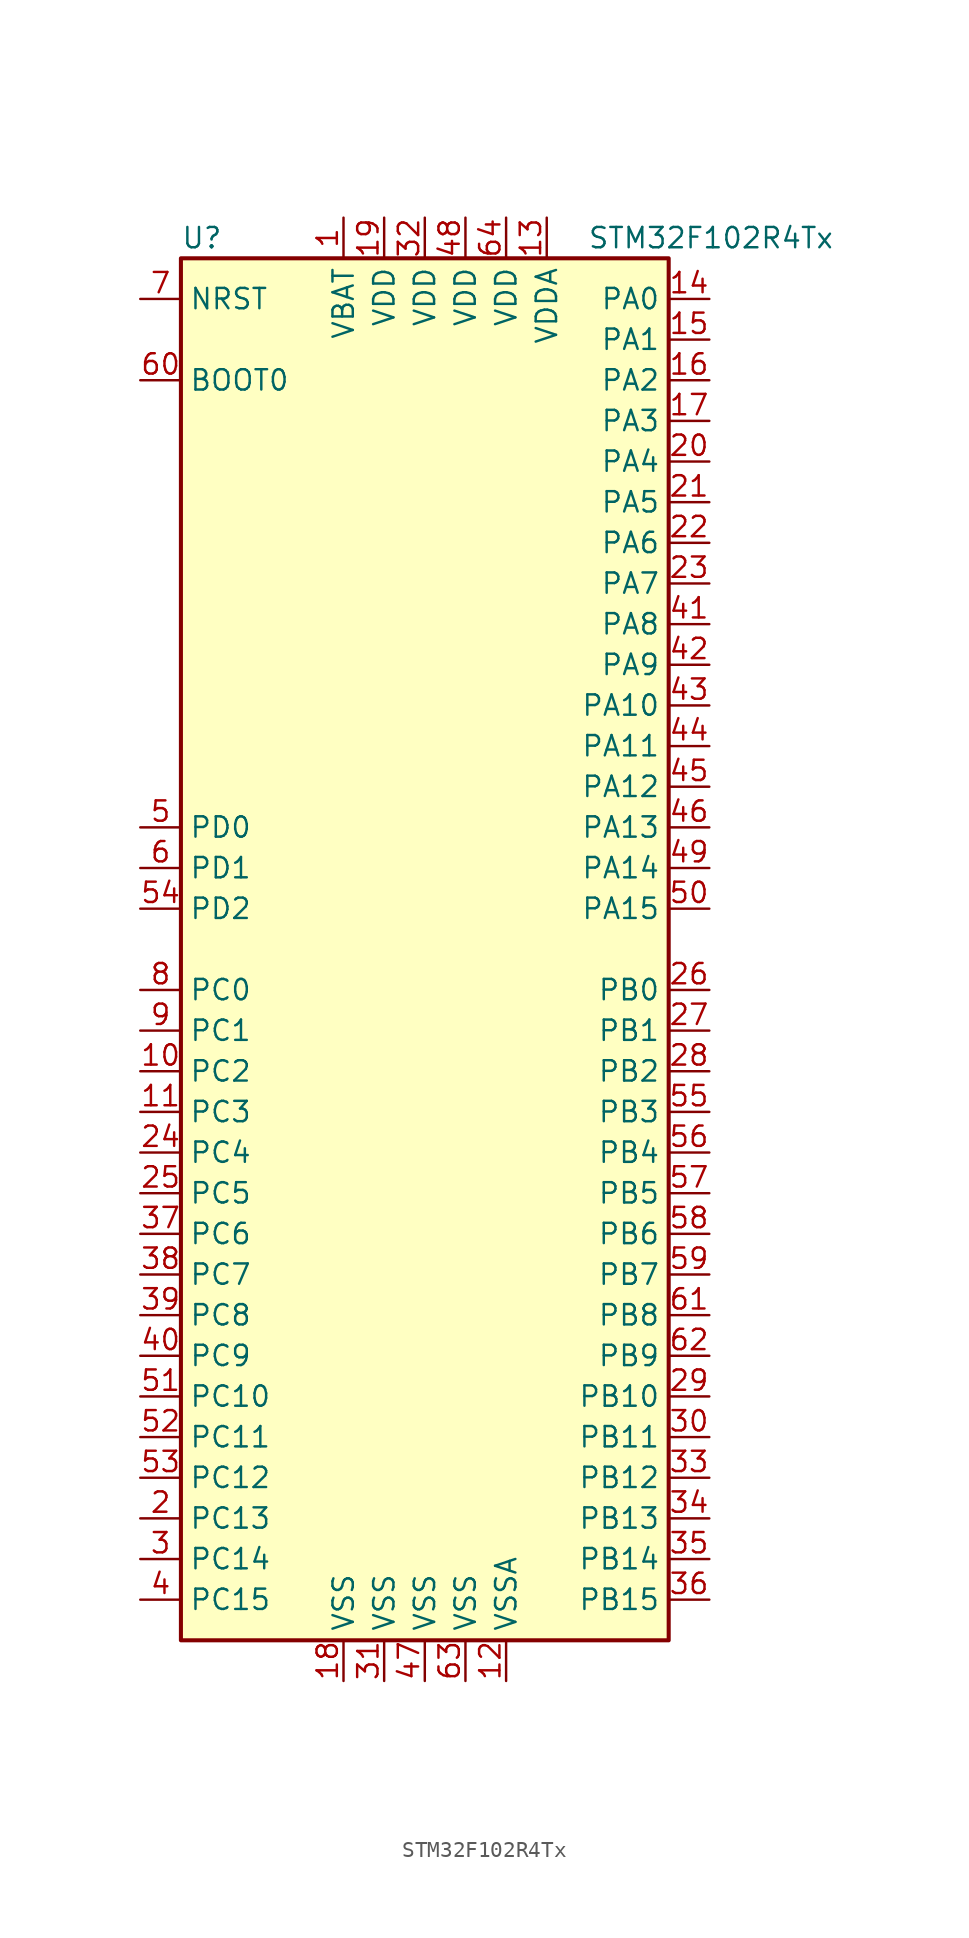
<source format=kicad_sym>
(kicad_symbol_lib
  (version 20201005)
  (generator kicad_symbol_editor)
  (symbol "STM32F102R4Tx"
    (property "Reference" "U"
      (at -15.24 44.45 0)
      (effects (font (size 1.27 1.27)) (justify left)))
    (property "Value" "STM32F102R4Tx"
      (at 10.16 44.45 0)
      (effects (font (size 1.27 1.27)) (justify left)))
    (symbol "STM32F102R4Tx_0_1"
      (rectangle (start -15.24 -43.18) (end 15.24 43.18) (stroke (width 0.254)) (fill (type background))))
    (symbol "STM32F102R4Tx_1_1"
      (pin input line (at -17.78 35.56 0) (length 2.54) (name "BOOT0" (effects (font (size 1.27 1.27)))) (number "60" (effects (font (size 1.27 1.27)))))
      (pin input line (at -17.78 40.64 0) (length 2.54) (name "NRST" (effects (font (size 1.27 1.27)))) (number "7" (effects (font (size 1.27 1.27)))))
      (pin bidirectional line (at 17.78 40.64 180) (length 2.54) (name "PA0" (effects (font (size 1.27 1.27)))) (number "14" (effects (font (size 1.27 1.27)))))
      (pin bidirectional line (at 17.78 38.1 180) (length 2.54) (name "PA1" (effects (font (size 1.27 1.27)))) (number "15" (effects (font (size 1.27 1.27)))))
      (pin bidirectional line (at 17.78 15.24 180) (length 2.54) (name "PA10" (effects (font (size 1.27 1.27)))) (number "43" (effects (font (size 1.27 1.27)))))
      (pin bidirectional line (at 17.78 12.7 180) (length 2.54) (name "PA11" (effects (font (size 1.27 1.27)))) (number "44" (effects (font (size 1.27 1.27)))))
      (pin bidirectional line (at 17.78 10.16 180) (length 2.54) (name "PA12" (effects (font (size 1.27 1.27)))) (number "45" (effects (font (size 1.27 1.27)))))
      (pin bidirectional line (at 17.78 7.62 180) (length 2.54) (name "PA13" (effects (font (size 1.27 1.27)))) (number "46" (effects (font (size 1.27 1.27)))))
      (pin bidirectional line (at 17.78 5.08 180) (length 2.54) (name "PA14" (effects (font (size 1.27 1.27)))) (number "49" (effects (font (size 1.27 1.27)))))
      (pin bidirectional line (at 17.78 2.54 180) (length 2.54) (name "PA15" (effects (font (size 1.27 1.27)))) (number "50" (effects (font (size 1.27 1.27)))))
      (pin bidirectional line (at 17.78 35.56 180) (length 2.54) (name "PA2" (effects (font (size 1.27 1.27)))) (number "16" (effects (font (size 1.27 1.27)))))
      (pin bidirectional line (at 17.78 33.02 180) (length 2.54) (name "PA3" (effects (font (size 1.27 1.27)))) (number "17" (effects (font (size 1.27 1.27)))))
      (pin bidirectional line (at 17.78 30.48 180) (length 2.54) (name "PA4" (effects (font (size 1.27 1.27)))) (number "20" (effects (font (size 1.27 1.27)))))
      (pin bidirectional line (at 17.78 27.94 180) (length 2.54) (name "PA5" (effects (font (size 1.27 1.27)))) (number "21" (effects (font (size 1.27 1.27)))))
      (pin bidirectional line (at 17.78 25.4 180) (length 2.54) (name "PA6" (effects (font (size 1.27 1.27)))) (number "22" (effects (font (size 1.27 1.27)))))
      (pin bidirectional line (at 17.78 22.86 180) (length 2.54) (name "PA7" (effects (font (size 1.27 1.27)))) (number "23" (effects (font (size 1.27 1.27)))))
      (pin bidirectional line (at 17.78 20.32 180) (length 2.54) (name "PA8" (effects (font (size 1.27 1.27)))) (number "41" (effects (font (size 1.27 1.27)))))
      (pin bidirectional line (at 17.78 17.78 180) (length 2.54) (name "PA9" (effects (font (size 1.27 1.27)))) (number "42" (effects (font (size 1.27 1.27)))))
      (pin bidirectional line (at 17.78 -2.54 180) (length 2.54) (name "PB0" (effects (font (size 1.27 1.27)))) (number "26" (effects (font (size 1.27 1.27)))))
      (pin bidirectional line (at 17.78 -5.08 180) (length 2.54) (name "PB1" (effects (font (size 1.27 1.27)))) (number "27" (effects (font (size 1.27 1.27)))))
      (pin bidirectional line (at 17.78 -27.94 180) (length 2.54) (name "PB10" (effects (font (size 1.27 1.27)))) (number "29" (effects (font (size 1.27 1.27)))))
      (pin bidirectional line (at 17.78 -30.48 180) (length 2.54) (name "PB11" (effects (font (size 1.27 1.27)))) (number "30" (effects (font (size 1.27 1.27)))))
      (pin bidirectional line (at 17.78 -33.02 180) (length 2.54) (name "PB12" (effects (font (size 1.27 1.27)))) (number "33" (effects (font (size 1.27 1.27)))))
      (pin bidirectional line (at 17.78 -35.56 180) (length 2.54) (name "PB13" (effects (font (size 1.27 1.27)))) (number "34" (effects (font (size 1.27 1.27)))))
      (pin bidirectional line (at 17.78 -38.1 180) (length 2.54) (name "PB14" (effects (font (size 1.27 1.27)))) (number "35" (effects (font (size 1.27 1.27)))))
      (pin bidirectional line (at 17.78 -40.64 180) (length 2.54) (name "PB15" (effects (font (size 1.27 1.27)))) (number "36" (effects (font (size 1.27 1.27)))))
      (pin bidirectional line (at 17.78 -7.62 180) (length 2.54) (name "PB2" (effects (font (size 1.27 1.27)))) (number "28" (effects (font (size 1.27 1.27)))))
      (pin bidirectional line (at 17.78 -10.16 180) (length 2.54) (name "PB3" (effects (font (size 1.27 1.27)))) (number "55" (effects (font (size 1.27 1.27)))))
      (pin bidirectional line (at 17.78 -12.7 180) (length 2.54) (name "PB4" (effects (font (size 1.27 1.27)))) (number "56" (effects (font (size 1.27 1.27)))))
      (pin bidirectional line (at 17.78 -15.24 180) (length 2.54) (name "PB5" (effects (font (size 1.27 1.27)))) (number "57" (effects (font (size 1.27 1.27)))))
      (pin bidirectional line (at 17.78 -17.78 180) (length 2.54) (name "PB6" (effects (font (size 1.27 1.27)))) (number "58" (effects (font (size 1.27 1.27)))))
      (pin bidirectional line (at 17.78 -20.32 180) (length 2.54) (name "PB7" (effects (font (size 1.27 1.27)))) (number "59" (effects (font (size 1.27 1.27)))))
      (pin bidirectional line (at 17.78 -22.86 180) (length 2.54) (name "PB8" (effects (font (size 1.27 1.27)))) (number "61" (effects (font (size 1.27 1.27)))))
      (pin bidirectional line (at 17.78 -25.4 180) (length 2.54) (name "PB9" (effects (font (size 1.27 1.27)))) (number "62" (effects (font (size 1.27 1.27)))))
      (pin bidirectional line (at -17.78 -2.54 0) (length 2.54) (name "PC0" (effects (font (size 1.27 1.27)))) (number "8" (effects (font (size 1.27 1.27)))))
      (pin bidirectional line (at -17.78 -5.08 0) (length 2.54) (name "PC1" (effects (font (size 1.27 1.27)))) (number "9" (effects (font (size 1.27 1.27)))))
      (pin bidirectional line (at -17.78 -27.94 0) (length 2.54) (name "PC10" (effects (font (size 1.27 1.27)))) (number "51" (effects (font (size 1.27 1.27)))))
      (pin bidirectional line (at -17.78 -30.48 0) (length 2.54) (name "PC11" (effects (font (size 1.27 1.27)))) (number "52" (effects (font (size 1.27 1.27)))))
      (pin bidirectional line (at -17.78 -33.02 0) (length 2.54) (name "PC12" (effects (font (size 1.27 1.27)))) (number "53" (effects (font (size 1.27 1.27)))))
      (pin bidirectional line (at -17.78 -35.56 0) (length 2.54) (name "PC13" (effects (font (size 1.27 1.27)))) (number "2" (effects (font (size 1.27 1.27)))))
      (pin bidirectional line (at -17.78 -38.1 0) (length 2.54) (name "PC14" (effects (font (size 1.27 1.27)))) (number "3" (effects (font (size 1.27 1.27)))))
      (pin bidirectional line (at -17.78 -40.64 0) (length 2.54) (name "PC15" (effects (font (size 1.27 1.27)))) (number "4" (effects (font (size 1.27 1.27)))))
      (pin bidirectional line (at -17.78 -7.62 0) (length 2.54) (name "PC2" (effects (font (size 1.27 1.27)))) (number "10" (effects (font (size 1.27 1.27)))))
      (pin bidirectional line (at -17.78 -10.16 0) (length 2.54) (name "PC3" (effects (font (size 1.27 1.27)))) (number "11" (effects (font (size 1.27 1.27)))))
      (pin bidirectional line (at -17.78 -12.7 0) (length 2.54) (name "PC4" (effects (font (size 1.27 1.27)))) (number "24" (effects (font (size 1.27 1.27)))))
      (pin bidirectional line (at -17.78 -15.24 0) (length 2.54) (name "PC5" (effects (font (size 1.27 1.27)))) (number "25" (effects (font (size 1.27 1.27)))))
      (pin bidirectional line (at -17.78 -17.78 0) (length 2.54) (name "PC6" (effects (font (size 1.27 1.27)))) (number "37" (effects (font (size 1.27 1.27)))))
      (pin bidirectional line (at -17.78 -20.32 0) (length 2.54) (name "PC7" (effects (font (size 1.27 1.27)))) (number "38" (effects (font (size 1.27 1.27)))))
      (pin bidirectional line (at -17.78 -22.86 0) (length 2.54) (name "PC8" (effects (font (size 1.27 1.27)))) (number "39" (effects (font (size 1.27 1.27)))))
      (pin bidirectional line (at -17.78 -25.4 0) (length 2.54) (name "PC9" (effects (font (size 1.27 1.27)))) (number "40" (effects (font (size 1.27 1.27)))))
      (pin input line (at -17.78 7.62 0) (length 2.54) (name "PD0" (effects (font (size 1.27 1.27)))) (number "5" (effects (font (size 1.27 1.27)))))
      (pin input line (at -17.78 5.08 0) (length 2.54) (name "PD1" (effects (font (size 1.27 1.27)))) (number "6" (effects (font (size 1.27 1.27)))))
      (pin bidirectional line (at -17.78 2.54 0) (length 2.54) (name "PD2" (effects (font (size 1.27 1.27)))) (number "54" (effects (font (size 1.27 1.27)))))
      (pin power_in line (at -5.08 45.72 270) (length 2.54) (name "VBAT" (effects (font (size 1.27 1.27)))) (number "1" (effects (font (size 1.27 1.27)))))
      (pin power_in line (at -2.54 45.72 270) (length 2.54) (name "VDD" (effects (font (size 1.27 1.27)))) (number "19" (effects (font (size 1.27 1.27)))))
      (pin power_in line (at 0 45.72 270) (length 2.54) (name "VDD" (effects (font (size 1.27 1.27)))) (number "32" (effects (font (size 1.27 1.27)))))
      (pin power_in line (at 2.54 45.72 270) (length 2.54) (name "VDD" (effects (font (size 1.27 1.27)))) (number "48" (effects (font (size 1.27 1.27)))))
      (pin power_in line (at 5.08 45.72 270) (length 2.54) (name "VDD" (effects (font (size 1.27 1.27)))) (number "64" (effects (font (size 1.27 1.27)))))
      (pin power_in line (at 7.62 45.72 270) (length 2.54) (name "VDDA" (effects (font (size 1.27 1.27)))) (number "13" (effects (font (size 1.27 1.27)))))
      (pin power_in line (at -5.08 -45.72 90) (length 2.54) (name "VSS" (effects (font (size 1.27 1.27)))) (number "18" (effects (font (size 1.27 1.27)))))
      (pin power_in line (at -2.54 -45.72 90) (length 2.54) (name "VSS" (effects (font (size 1.27 1.27)))) (number "31" (effects (font (size 1.27 1.27)))))
      (pin power_in line (at 0 -45.72 90) (length 2.54) (name "VSS" (effects (font (size 1.27 1.27)))) (number "47" (effects (font (size 1.27 1.27)))))
      (pin power_in line (at 2.54 -45.72 90) (length 2.54) (name "VSS" (effects (font (size 1.27 1.27)))) (number "63" (effects (font (size 1.27 1.27)))))
      (pin power_in line (at 5.08 -45.72 90) (length 2.54) (name "VSSA" (effects (font (size 1.27 1.27)))) (number "12" (effects (font (size 1.27 1.27))))))))
</source>
